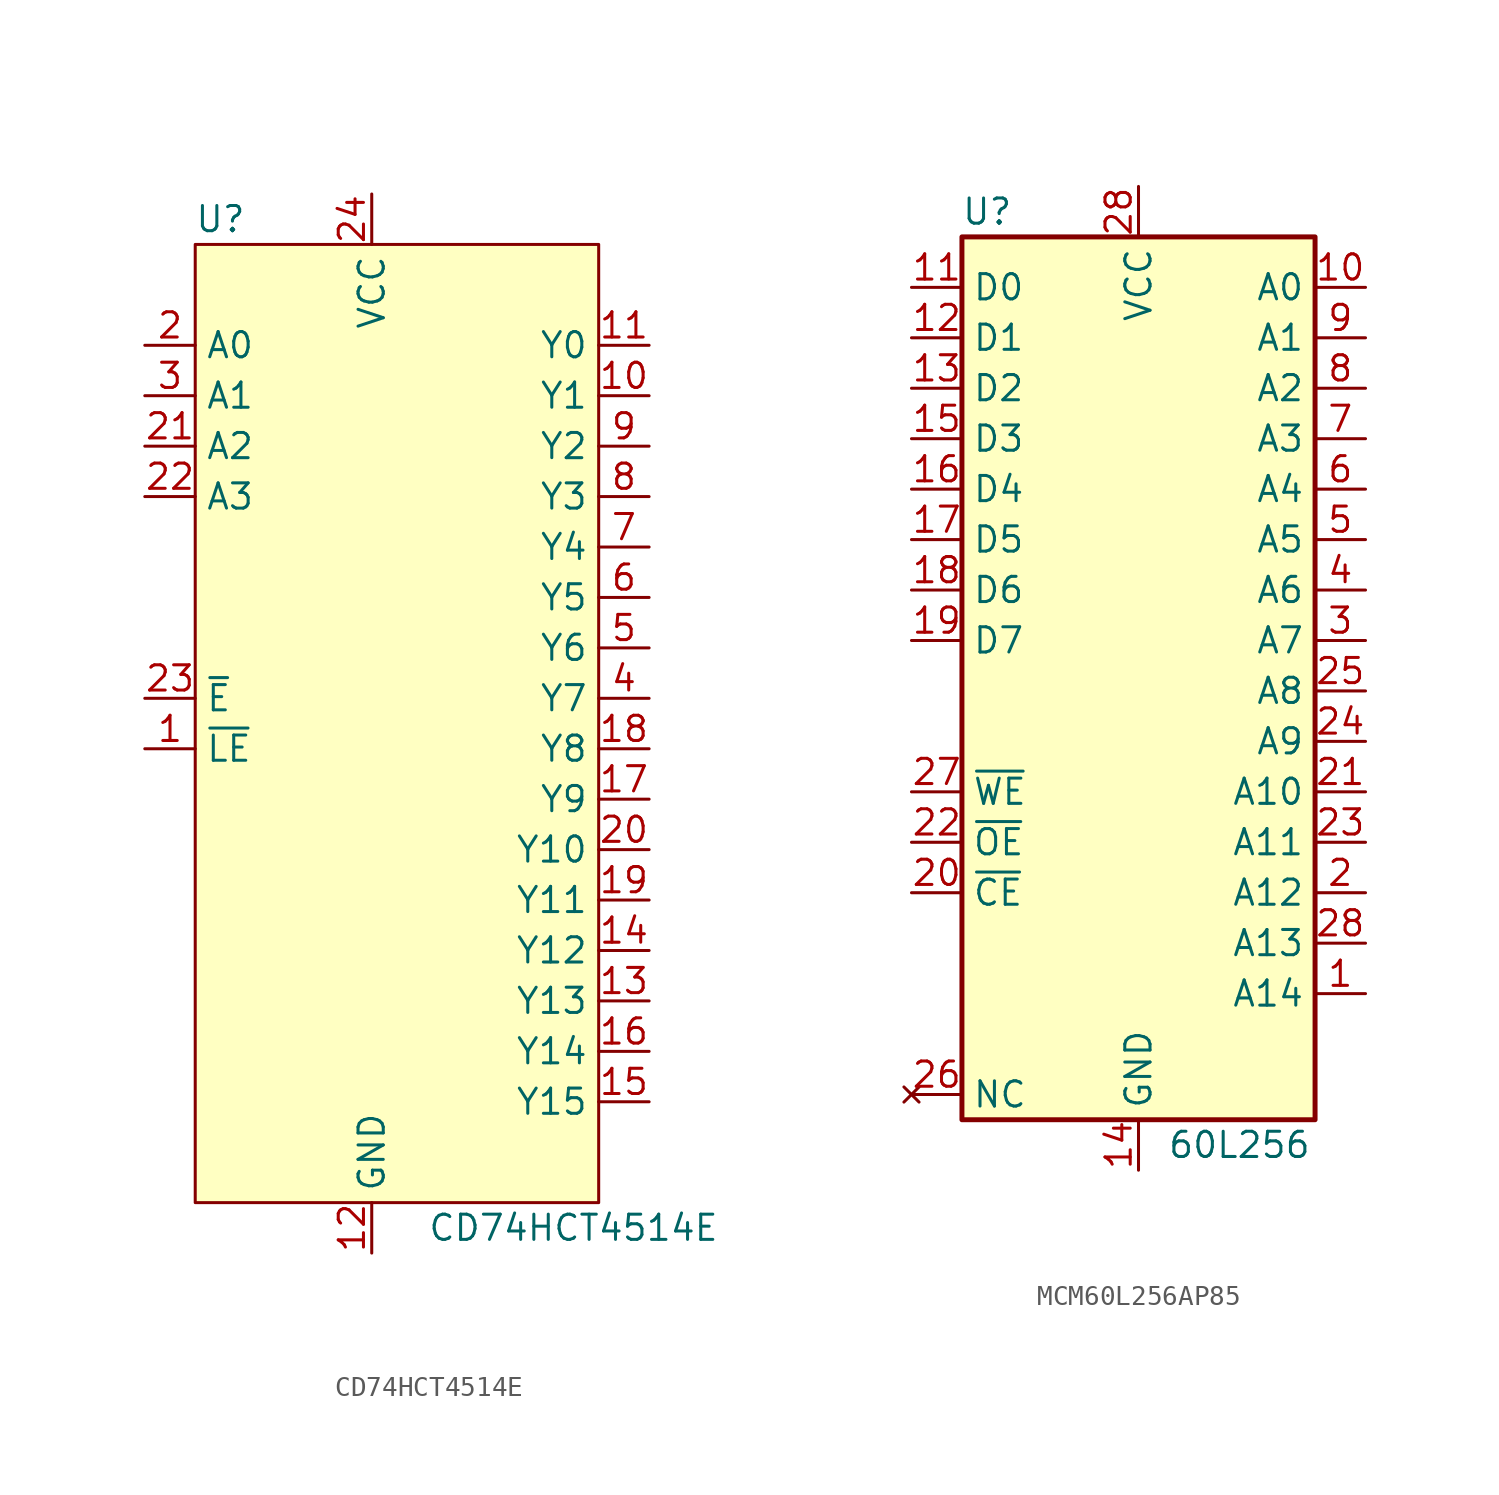
<source format=kicad_sym>
(kicad_symbol_lib
  (version 20220914)
  (generator kicad_symbol_editor)
  (symbol "CD74HCT4514E"
    (property "Reference" "U"
      (at -8.89 25.4 0)
      (effects (font (size 1.27 1.27))))
    (property "Value" "CD74HCT4514E"
      (at 8.89 -25.4 0)
      (effects (font (size 1.27 1.27))))
    (symbol "CD74HCT4514E_0_0"
      (pin input line (at -12.7 -1.27 0) (length 2.54) (name "~{LE}" (effects (font (size 1.27 1.27)))) (number "1" (effects (font (size 1.27 1.27)))))
      (pin output line (at 12.7 16.51 180) (length 2.54) (name "Y1" (effects (font (size 1.27 1.27)))) (number "10" (effects (font (size 1.27 1.27)))))
      (pin output line (at 12.7 19.05 180) (length 2.54) (name "Y0" (effects (font (size 1.27 1.27)))) (number "11" (effects (font (size 1.27 1.27)))))
      (pin power_in line (at -1.27 -26.67 90) (length 2.54) (name "GND" (effects (font (size 1.27 1.27)))) (number "12" (effects (font (size 1.27 1.27)))))
      (pin output line (at 12.7 -13.97 180) (length 2.54) (name "Y13" (effects (font (size 1.27 1.27)))) (number "13" (effects (font (size 1.27 1.27)))))
      (pin output line (at 12.7 -11.43 180) (length 2.54) (name "Y12" (effects (font (size 1.27 1.27)))) (number "14" (effects (font (size 1.27 1.27)))))
      (pin output line (at 12.7 -19.05 180) (length 2.54) (name "Y15" (effects (font (size 1.27 1.27)))) (number "15" (effects (font (size 1.27 1.27)))))
      (pin output line (at 12.7 -16.51 180) (length 2.54) (name "Y14" (effects (font (size 1.27 1.27)))) (number "16" (effects (font (size 1.27 1.27)))))
      (pin output line (at 12.7 -3.81 180) (length 2.54) (name "Y9" (effects (font (size 1.27 1.27)))) (number "17" (effects (font (size 1.27 1.27)))))
      (pin output line (at 12.7 -1.27 180) (length 2.54) (name "Y8" (effects (font (size 1.27 1.27)))) (number "18" (effects (font (size 1.27 1.27)))))
      (pin output line (at 12.7 -8.89 180) (length 2.54) (name "Y11" (effects (font (size 1.27 1.27)))) (number "19" (effects (font (size 1.27 1.27)))))
      (pin input line (at -12.7 19.05 0) (length 2.54) (name "A0" (effects (font (size 1.27 1.27)))) (number "2" (effects (font (size 1.27 1.27)))))
      (pin output line (at 12.7 -6.35 180) (length 2.54) (name "Y10" (effects (font (size 1.27 1.27)))) (number "20" (effects (font (size 1.27 1.27)))))
      (pin input line (at -12.7 13.97 0) (length 2.54) (name "A2" (effects (font (size 1.27 1.27)))) (number "21" (effects (font (size 1.27 1.27)))))
      (pin input line (at -12.7 11.43 0) (length 2.54) (name "A3" (effects (font (size 1.27 1.27)))) (number "22" (effects (font (size 1.27 1.27)))))
      (pin input line (at -12.7 1.27 0) (length 2.54) (name "~{E}" (effects (font (size 1.27 1.27)))) (number "23" (effects (font (size 1.27 1.27)))))
      (pin input line (at -1.27 26.67 270) (length 2.54) (name "VCC" (effects (font (size 1.27 1.27)))) (number "24" (effects (font (size 1.27 1.27)))))
      (pin input line (at -12.7 16.51 0) (length 2.54) (name "A1" (effects (font (size 1.27 1.27)))) (number "3" (effects (font (size 1.27 1.27)))))
      (pin output line (at 12.7 1.27 180) (length 2.54) (name "Y7" (effects (font (size 1.27 1.27)))) (number "4" (effects (font (size 1.27 1.27)))))
      (pin output line (at 12.7 3.81 180) (length 2.54) (name "Y6" (effects (font (size 1.27 1.27)))) (number "5" (effects (font (size 1.27 1.27)))))
      (pin output line (at 12.7 6.35 180) (length 2.54) (name "Y5" (effects (font (size 1.27 1.27)))) (number "6" (effects (font (size 1.27 1.27)))))
      (pin output line (at 12.7 8.89 180) (length 2.54) (name "Y4" (effects (font (size 1.27 1.27)))) (number "7" (effects (font (size 1.27 1.27)))))
      (pin output line (at 12.7 11.43 180) (length 2.54) (name "Y3" (effects (font (size 1.27 1.27)))) (number "8" (effects (font (size 1.27 1.27))))))
    (symbol "CD74HCT4514E_1_0"
      (pin output line (at 12.7 13.97 180) (length 2.54) (name "Y2" (effects (font (size 1.27 1.27)))) (number "9" (effects (font (size 1.27 1.27))))))
    (symbol "CD74HCT4514E_1_1"
      (rectangle (start -10.16 24.13) (end 10.16 -24.13) (stroke (width 0) (type default)) (fill (type background)))))
  (symbol "MCM60L256AP85"
    (property "Reference" "U"
      (at -7.62 21.59 0)
      (effects (font (size 1.27 1.27))))
    (property "Value" "60L256"
      (at 5.08 -25.4 0)
      (effects (font (size 1.27 1.27))))
    (symbol "MCM60L256AP85_1_1"
      (rectangle (start -8.89 20.32) (end 8.89 -24.13) (stroke (width 0.25) (type default)) (fill (type background)))
      (pin input line (at 11.43 -17.78 180) (length 2.54) (name "A14" (effects (font (size 1.27 1.27)))) (number "1" (effects (font (size 1.27 1.27)))))
      (pin input line (at 11.43 17.78 180) (length 2.54) (name "A0" (effects (font (size 1.27 1.27)))) (number "10" (effects (font (size 1.27 1.27)))))
      (pin bidirectional line (at -11.43 17.78 0) (length 2.54) (name "D0" (effects (font (size 1.27 1.27)))) (number "11" (effects (font (size 1.27 1.27)))))
      (pin bidirectional line (at -11.43 15.24 0) (length 2.54) (name "D1" (effects (font (size 1.27 1.27)))) (number "12" (effects (font (size 1.27 1.27)))))
      (pin bidirectional line (at -11.43 12.7 0) (length 2.54) (name "D2" (effects (font (size 1.27 1.27)))) (number "13" (effects (font (size 1.27 1.27)))))
      (pin power_in line (at 0 -26.67 90) (length 2.54) (name "GND" (effects (font (size 1.27 1.27)))) (number "14" (effects (font (size 1.27 1.27)))))
      (pin bidirectional line (at -11.43 10.16 0) (length 2.54) (name "D3" (effects (font (size 1.27 1.27)))) (number "15" (effects (font (size 1.27 1.27)))))
      (pin bidirectional line (at -11.43 7.62 0) (length 2.54) (name "D4" (effects (font (size 1.27 1.27)))) (number "16" (effects (font (size 1.27 1.27)))))
      (pin bidirectional line (at -11.43 5.08 0) (length 2.54) (name "D5" (effects (font (size 1.27 1.27)))) (number "17" (effects (font (size 1.27 1.27)))))
      (pin bidirectional line (at -11.43 2.54 0) (length 2.54) (name "D6" (effects (font (size 1.27 1.27)))) (number "18" (effects (font (size 1.27 1.27)))))
      (pin bidirectional line (at -11.43 0 0) (length 2.54) (name "D7" (effects (font (size 1.27 1.27)))) (number "19" (effects (font (size 1.27 1.27)))))
      (pin input line (at 11.43 -12.7 180) (length 2.54) (name "A12" (effects (font (size 1.27 1.27)))) (number "2" (effects (font (size 1.27 1.27)))))
      (pin input line (at -11.43 -12.7 0) (length 2.54) (name "~{CE}" (effects (font (size 1.27 1.27)))) (number "20" (effects (font (size 1.27 1.27)))))
      (pin input line (at 11.43 -7.62 180) (length 2.54) (name "A10" (effects (font (size 1.27 1.27)))) (number "21" (effects (font (size 1.27 1.27)))))
      (pin input line (at -11.43 -10.16 0) (length 2.54) (name "~{OE}" (effects (font (size 1.27 1.27)))) (number "22" (effects (font (size 1.27 1.27)))))
      (pin input line (at 11.43 -10.16 180) (length 2.54) (name "A11" (effects (font (size 1.27 1.27)))) (number "23" (effects (font (size 1.27 1.27)))))
      (pin input line (at 11.43 -5.08 180) (length 2.54) (name "A9" (effects (font (size 1.27 1.27)))) (number "24" (effects (font (size 1.27 1.27)))))
      (pin input line (at 11.43 -2.54 180) (length 2.54) (name "A8" (effects (font (size 1.27 1.27)))) (number "25" (effects (font (size 1.27 1.27)))))
      (pin no_connect line (at -11.43 -22.86 0) (length 2.54) (name "NC" (effects (font (size 1.27 1.27)))) (number "26" (effects (font (size 1.27 1.27)))))
      (pin input line (at -11.43 -7.62 0) (length 2.54) (name "~{WE}" (effects (font (size 1.27 1.27)))) (number "27" (effects (font (size 1.27 1.27)))))
      (pin input line (at 11.43 -15.24 180) (length 2.54) (name "A13" (effects (font (size 1.27 1.27)))) (number "28" (effects (font (size 1.27 1.27)))))
      (pin power_in line (at 0 22.86 270) (length 2.54) (name "VCC" (effects (font (size 1.27 1.27)))) (number "28" (effects (font (size 1.27 1.27)))))
      (pin input line (at 11.43 0 180) (length 2.54) (name "A7" (effects (font (size 1.27 1.27)))) (number "3" (effects (font (size 1.27 1.27)))))
      (pin input line (at 11.43 2.54 180) (length 2.54) (name "A6" (effects (font (size 1.27 1.27)))) (number "4" (effects (font (size 1.27 1.27)))))
      (pin input line (at 11.43 5.08 180) (length 2.54) (name "A5" (effects (font (size 1.27 1.27)))) (number "5" (effects (font (size 1.27 1.27)))))
      (pin input line (at 11.43 7.62 180) (length 2.54) (name "A4" (effects (font (size 1.27 1.27)))) (number "6" (effects (font (size 1.27 1.27)))))
      (pin input line (at 11.43 10.16 180) (length 2.54) (name "A3" (effects (font (size 1.27 1.27)))) (number "7" (effects (font (size 1.27 1.27)))))
      (pin input line (at 11.43 12.7 180) (length 2.54) (name "A2" (effects (font (size 1.27 1.27)))) (number "8" (effects (font (size 1.27 1.27)))))
      (pin input line (at 11.43 15.24 180) (length 2.54) (name "A1" (effects (font (size 1.27 1.27)))) (number "9" (effects (font (size 1.27 1.27))))))))
</source>
